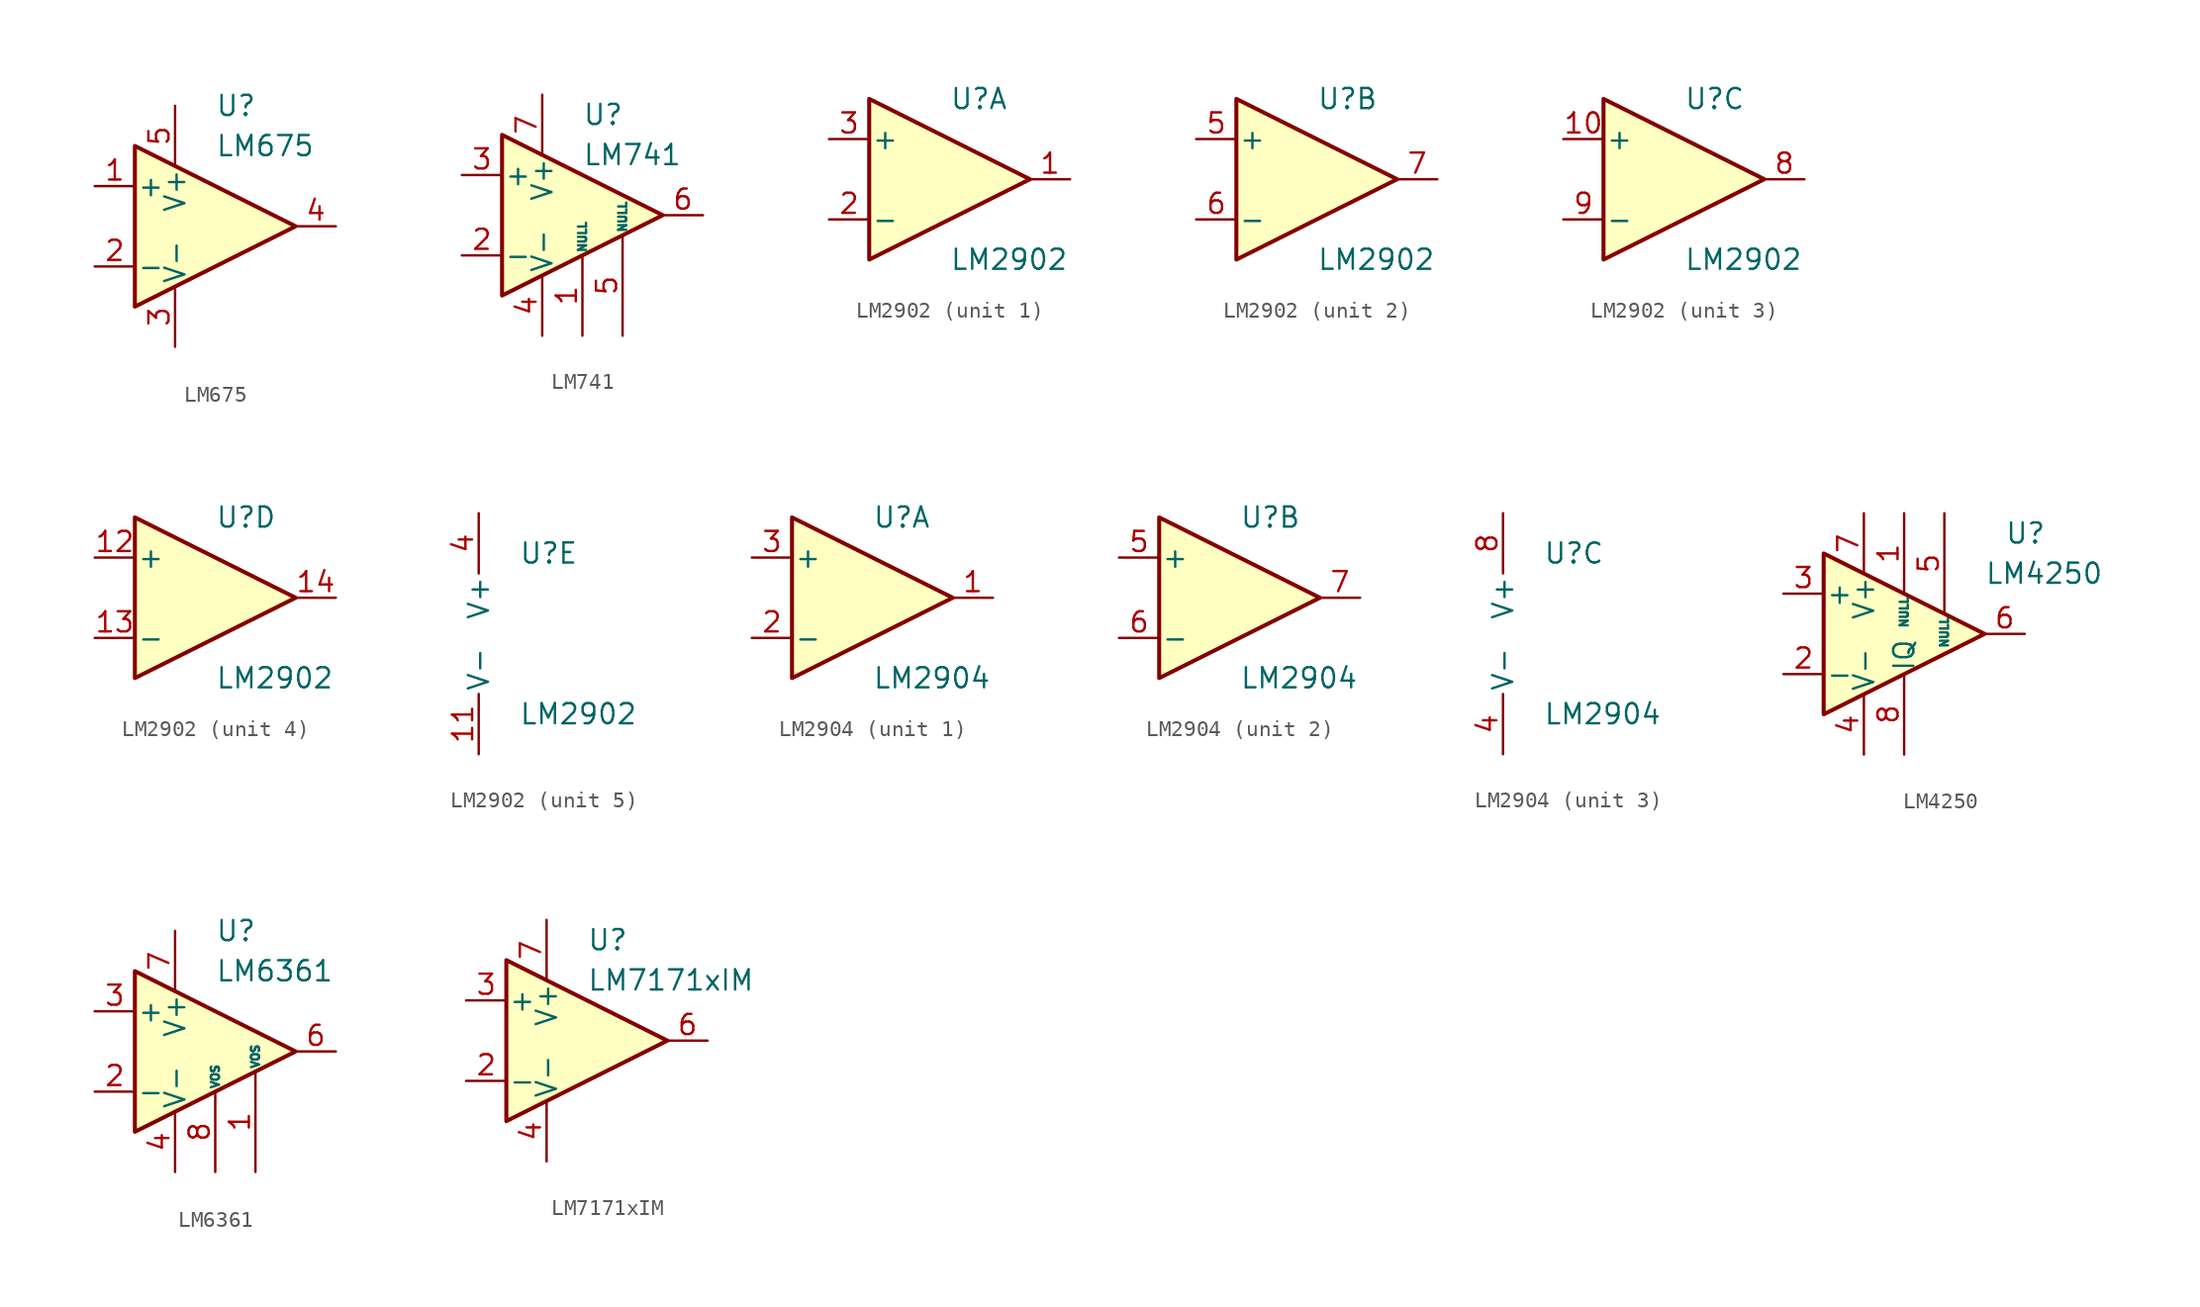
<source format=kicad_sym>
(kicad_symbol_lib
  (version 20201005)
  (generator kicad_symbol_editor)
  (symbol "Amplifier_Operational:LM675"
    (pin_names
      (offset 0.127))
    (property "Reference" "U"
      (at 0 7.62 0)
      (effects (font (size 1.27 1.27)) (justify left)))
    (property "Value" "LM675"
      (at 0 5.08 0)
      (effects (font (size 1.27 1.27)) (justify left)))
    (symbol "LM675_0_1"
      (polyline (pts (xy -5.08 5.08) (xy 5.08 0) (xy -5.08 -5.08) (xy -5.08 5.08)) (stroke (width 0.254)) (fill (type background))))
    (symbol "LM675_1_1"
      (pin input line (at -7.62 2.54 0) (length 2.54) (name "+" (effects (font (size 1.27 1.27)))) (number "1" (effects (font (size 1.27 1.27)))))
      (pin input line (at -7.62 -2.54 0) (length 2.54) (name "-" (effects (font (size 1.27 1.27)))) (number "2" (effects (font (size 1.27 1.27)))))
      (pin power_in line (at -2.54 -7.62 90) (length 3.81) (name "V-" (effects (font (size 1.27 1.27)))) (number "3" (effects (font (size 1.27 1.27)))))
      (pin output line (at 7.62 0 180) (length 2.54) (name "~" (effects (font (size 1.27 1.27)))) (number "4" (effects (font (size 1.27 1.27)))))
      (pin power_in line (at -2.54 7.62 270) (length 3.81) (name "V+" (effects (font (size 1.27 1.27)))) (number "5" (effects (font (size 1.27 1.27)))))))
  (symbol "Amplifier_Operational:LM741"
    (pin_names
      (offset 0.127))
    (property "Reference" "U"
      (at 0 6.35 0)
      (effects (font (size 1.27 1.27)) (justify left)))
    (property "Value" "LM741"
      (at 0 3.81 0)
      (effects (font (size 1.27 1.27)) (justify left)))
    (symbol "LM741_0_1"
      (polyline (pts (xy -5.08 5.08) (xy 5.08 0) (xy -5.08 -5.08) (xy -5.08 5.08)) (stroke (width 0.254)) (fill (type background))))
    (symbol "LM741_1_1"
      (pin input line (at 0 -7.62 90) (length 5.08) (name "NULL" (effects (font (size 0.508 0.508)))) (number "1" (effects (font (size 1.27 1.27)))))
      (pin input line (at -7.62 -2.54 0) (length 2.54) (name "-" (effects (font (size 1.27 1.27)))) (number "2" (effects (font (size 1.27 1.27)))))
      (pin input line (at -7.62 2.54 0) (length 2.54) (name "+" (effects (font (size 1.27 1.27)))) (number "3" (effects (font (size 1.27 1.27)))))
      (pin power_in line (at -2.54 -7.62 90) (length 3.81) (name "V-" (effects (font (size 1.27 1.27)))) (number "4" (effects (font (size 1.27 1.27)))))
      (pin input line (at 2.54 -7.62 90) (length 6.35) (name "NULL" (effects (font (size 0.508 0.508)))) (number "5" (effects (font (size 1.27 1.27)))))
      (pin output line (at 7.62 0 180) (length 2.54) (name "~" (effects (font (size 1.27 1.27)))) (number "6" (effects (font (size 1.27 1.27)))))
      (pin power_in line (at -2.54 7.62 270) (length 3.81) (name "V+" (effects (font (size 1.27 1.27)))) (number "7" (effects (font (size 1.27 1.27)))))
      (pin no_connect line (at 0 2.54 270) (length 2.54) hide (name "NC" (effects (font (size 1.27 1.27)))) (number "8" (effects (font (size 1.27 1.27)))))))
  (symbol "Amplifier_Operational:LM2902"
    (pin_names
      (offset 0.127))
    (property "Reference" "U"
      (at 0 5.08 0)
      (effects (font (size 1.27 1.27)) (justify left)))
    (property "Value" "LM2902"
      (at 0 -5.08 0)
      (effects (font (size 1.27 1.27)) (justify left)))
    (property "ki_locked" ""
      (at 0 0 0)
      (effects (font (size 1.27 1.27))))
    (symbol "LM2902_1_1"
      (polyline (pts (xy -5.08 5.08) (xy 5.08 0) (xy -5.08 -5.08) (xy -5.08 5.08)) (stroke (width 0.254)) (fill (type background)))
      (pin output line (at 7.62 0 180) (length 2.54) (name "~" (effects (font (size 1.27 1.27)))) (number "1" (effects (font (size 1.27 1.27)))))
      (pin input line (at -7.62 -2.54 0) (length 2.54) (name "-" (effects (font (size 1.27 1.27)))) (number "2" (effects (font (size 1.27 1.27)))))
      (pin input line (at -7.62 2.54 0) (length 2.54) (name "+" (effects (font (size 1.27 1.27)))) (number "3" (effects (font (size 1.27 1.27))))))
    (symbol "LM2902_2_1"
      (polyline (pts (xy -5.08 5.08) (xy 5.08 0) (xy -5.08 -5.08) (xy -5.08 5.08)) (stroke (width 0.254)) (fill (type background)))
      (pin input line (at -7.62 2.54 0) (length 2.54) (name "+" (effects (font (size 1.27 1.27)))) (number "5" (effects (font (size 1.27 1.27)))))
      (pin input line (at -7.62 -2.54 0) (length 2.54) (name "-" (effects (font (size 1.27 1.27)))) (number "6" (effects (font (size 1.27 1.27)))))
      (pin output line (at 7.62 0 180) (length 2.54) (name "~" (effects (font (size 1.27 1.27)))) (number "7" (effects (font (size 1.27 1.27))))))
    (symbol "LM2902_3_1"
      (polyline (pts (xy -5.08 5.08) (xy 5.08 0) (xy -5.08 -5.08) (xy -5.08 5.08)) (stroke (width 0.254)) (fill (type background)))
      (pin input line (at -7.62 2.54 0) (length 2.54) (name "+" (effects (font (size 1.27 1.27)))) (number "10" (effects (font (size 1.27 1.27)))))
      (pin output line (at 7.62 0 180) (length 2.54) (name "~" (effects (font (size 1.27 1.27)))) (number "8" (effects (font (size 1.27 1.27)))))
      (pin input line (at -7.62 -2.54 0) (length 2.54) (name "-" (effects (font (size 1.27 1.27)))) (number "9" (effects (font (size 1.27 1.27))))))
    (symbol "LM2902_4_1"
      (polyline (pts (xy -5.08 5.08) (xy 5.08 0) (xy -5.08 -5.08) (xy -5.08 5.08)) (stroke (width 0.254)) (fill (type background)))
      (pin input line (at -7.62 2.54 0) (length 2.54) (name "+" (effects (font (size 1.27 1.27)))) (number "12" (effects (font (size 1.27 1.27)))))
      (pin input line (at -7.62 -2.54 0) (length 2.54) (name "-" (effects (font (size 1.27 1.27)))) (number "13" (effects (font (size 1.27 1.27)))))
      (pin output line (at 7.62 0 180) (length 2.54) (name "~" (effects (font (size 1.27 1.27)))) (number "14" (effects (font (size 1.27 1.27))))))
    (symbol "LM2902_5_1"
      (pin power_in line (at -2.54 -7.62 90) (length 3.81) (name "V-" (effects (font (size 1.27 1.27)))) (number "11" (effects (font (size 1.27 1.27)))))
      (pin power_in line (at -2.54 7.62 270) (length 3.81) (name "V+" (effects (font (size 1.27 1.27)))) (number "4" (effects (font (size 1.27 1.27)))))))
  (symbol "Amplifier_Operational:LM2904"
    (pin_names
      (offset 0.127))
    (property "Reference" "U"
      (at 0 5.08 0)
      (effects (font (size 1.27 1.27)) (justify left)))
    (property "Value" "LM2904"
      (at 0 -5.08 0)
      (effects (font (size 1.27 1.27)) (justify left)))
    (property "ki_locked" ""
      (at 0 0 0)
      (effects (font (size 1.27 1.27))))
    (symbol "LM2904_1_1"
      (polyline (pts (xy -5.08 5.08) (xy 5.08 0) (xy -5.08 -5.08) (xy -5.08 5.08)) (stroke (width 0.254)) (fill (type background)))
      (pin output line (at 7.62 0 180) (length 2.54) (name "~" (effects (font (size 1.27 1.27)))) (number "1" (effects (font (size 1.27 1.27)))))
      (pin input line (at -7.62 -2.54 0) (length 2.54) (name "-" (effects (font (size 1.27 1.27)))) (number "2" (effects (font (size 1.27 1.27)))))
      (pin input line (at -7.62 2.54 0) (length 2.54) (name "+" (effects (font (size 1.27 1.27)))) (number "3" (effects (font (size 1.27 1.27))))))
    (symbol "LM2904_2_1"
      (polyline (pts (xy -5.08 5.08) (xy 5.08 0) (xy -5.08 -5.08) (xy -5.08 5.08)) (stroke (width 0.254)) (fill (type background)))
      (pin input line (at -7.62 2.54 0) (length 2.54) (name "+" (effects (font (size 1.27 1.27)))) (number "5" (effects (font (size 1.27 1.27)))))
      (pin input line (at -7.62 -2.54 0) (length 2.54) (name "-" (effects (font (size 1.27 1.27)))) (number "6" (effects (font (size 1.27 1.27)))))
      (pin output line (at 7.62 0 180) (length 2.54) (name "~" (effects (font (size 1.27 1.27)))) (number "7" (effects (font (size 1.27 1.27))))))
    (symbol "LM2904_3_1"
      (pin power_in line (at -2.54 -7.62 90) (length 3.81) (name "V-" (effects (font (size 1.27 1.27)))) (number "4" (effects (font (size 1.27 1.27)))))
      (pin power_in line (at -2.54 7.62 270) (length 3.81) (name "V+" (effects (font (size 1.27 1.27)))) (number "8" (effects (font (size 1.27 1.27)))))))
  (symbol "Amplifier_Operational:LM4250"
    (pin_names
      (offset 0.127))
    (property "Reference" "U"
      (at 6.35 6.35 0)
      (effects (font (size 1.27 1.27)) (justify left)))
    (property "Value" "LM4250"
      (at 5.08 3.81 0)
      (effects (font (size 1.27 1.27)) (justify left)))
    (symbol "LM4250_0_1"
      (polyline (pts (xy -5.08 5.08) (xy 5.08 0) (xy -5.08 -5.08) (xy -5.08 5.08)) (stroke (width 0.254)) (fill (type background))))
    (symbol "LM4250_1_1"
      (pin input line (at 0 7.62 270) (length 5.08) (name "NULL" (effects (font (size 0.508 0.508)))) (number "1" (effects (font (size 1.27 1.27)))))
      (pin input line (at -7.62 -2.54 0) (length 2.54) (name "-" (effects (font (size 1.27 1.27)))) (number "2" (effects (font (size 1.27 1.27)))))
      (pin input line (at -7.62 2.54 0) (length 2.54) (name "+" (effects (font (size 1.27 1.27)))) (number "3" (effects (font (size 1.27 1.27)))))
      (pin power_in line (at -2.54 -7.62 90) (length 3.81) (name "V-" (effects (font (size 1.27 1.27)))) (number "4" (effects (font (size 1.27 1.27)))))
      (pin input line (at 2.54 7.62 270) (length 6.35) (name "NULL" (effects (font (size 0.508 0.508)))) (number "5" (effects (font (size 1.27 1.27)))))
      (pin output line (at 7.62 0 180) (length 2.54) (name "~" (effects (font (size 1.27 1.27)))) (number "6" (effects (font (size 1.27 1.27)))))
      (pin power_in line (at -2.54 7.62 270) (length 3.81) (name "V+" (effects (font (size 1.27 1.27)))) (number "7" (effects (font (size 1.27 1.27)))))
      (pin input line (at 0 -7.62 90) (length 5.08) (name "IQ" (effects (font (size 1.27 1.27)))) (number "8" (effects (font (size 1.27 1.27)))))))
  (symbol "Amplifier_Operational:LM6361"
    (pin_names
      (offset 0.127))
    (property "Reference" "U"
      (at 0 7.62 0)
      (effects (font (size 1.27 1.27)) (justify left)))
    (property "Value" "LM6361"
      (at 0 5.08 0)
      (effects (font (size 1.27 1.27)) (justify left)))
    (symbol "LM6361_0_1"
      (polyline (pts (xy -5.08 5.08) (xy 5.08 0) (xy -5.08 -5.08) (xy -5.08 5.08)) (stroke (width 0.254)) (fill (type background)))
      (pin no_connect line (at 0 2.54 270) (length 2.54) hide (name "NC" (effects (font (size 1.27 1.27)))) (number "5" (effects (font (size 1.27 1.27))))))
    (symbol "LM6361_1_1"
      (pin passive line (at 2.54 -7.62 90) (length 6.35) (name "VOS" (effects (font (size 0.508 0.508)))) (number "1" (effects (font (size 1.27 1.27)))))
      (pin input line (at -7.62 -2.54 0) (length 2.54) (name "-" (effects (font (size 1.27 1.27)))) (number "2" (effects (font (size 1.27 1.27)))))
      (pin input line (at -7.62 2.54 0) (length 2.54) (name "+" (effects (font (size 1.27 1.27)))) (number "3" (effects (font (size 1.27 1.27)))))
      (pin power_in line (at -2.54 -7.62 90) (length 3.81) (name "V-" (effects (font (size 1.27 1.27)))) (number "4" (effects (font (size 1.27 1.27)))))
      (pin output line (at 7.62 0 180) (length 2.54) (name "~" (effects (font (size 1.27 1.27)))) (number "6" (effects (font (size 1.27 1.27)))))
      (pin power_in line (at -2.54 7.62 270) (length 3.81) (name "V+" (effects (font (size 1.27 1.27)))) (number "7" (effects (font (size 1.27 1.27)))))
      (pin passive line (at 0 -7.62 90) (length 5.08) (name "VOS" (effects (font (size 0.508 0.508)))) (number "8" (effects (font (size 1.27 1.27)))))))
  (symbol "Amplifier_Operational:LM7171xIM"
    (pin_names
      (offset 0.127))
    (property "Reference" "U"
      (at 0 6.35 0)
      (effects (font (size 1.27 1.27)) (justify left)))
    (property "Value" "LM7171xIM"
      (at 0 3.81 0)
      (effects (font (size 1.27 1.27)) (justify left)))
    (symbol "LM7171xIM_1_1"
      (polyline (pts (xy -5.08 5.08) (xy 5.08 0) (xy -5.08 -5.08) (xy -5.08 5.08)) (stroke (width 0.254)) (fill (type background)))
      (pin no_connect line (at 0 7.62 270) (length 5.08) hide (name "NC" (effects (font (size 1.27 1.27)))) (number "1" (effects (font (size 1.27 1.27)))))
      (pin input line (at -7.62 -2.54 0) (length 2.54) (name "-" (effects (font (size 1.27 1.27)))) (number "2" (effects (font (size 1.27 1.27)))))
      (pin input line (at -7.62 2.54 0) (length 2.54) (name "+" (effects (font (size 1.27 1.27)))) (number "3" (effects (font (size 1.27 1.27)))))
      (pin power_in line (at -2.54 -7.62 90) (length 3.81) (name "V-" (effects (font (size 1.27 1.27)))) (number "4" (effects (font (size 1.27 1.27)))))
      (pin no_connect line (at 0 -7.62 90) (length 5.08) hide (name "NC" (effects (font (size 1.27 1.27)))) (number "5" (effects (font (size 1.27 1.27)))))
      (pin output line (at 7.62 0 180) (length 2.54) (name "~" (effects (font (size 1.27 1.27)))) (number "6" (effects (font (size 1.27 1.27)))))
      (pin power_in line (at -2.54 7.62 270) (length 3.81) (name "V+" (effects (font (size 1.27 1.27)))) (number "7" (effects (font (size 1.27 1.27)))))
      (pin no_connect line (at 2.54 -7.62 90) (length 6.35) hide (name "NC" (effects (font (size 1.27 1.27)))) (number "8" (effects (font (size 1.27 1.27))))))))
</source>
